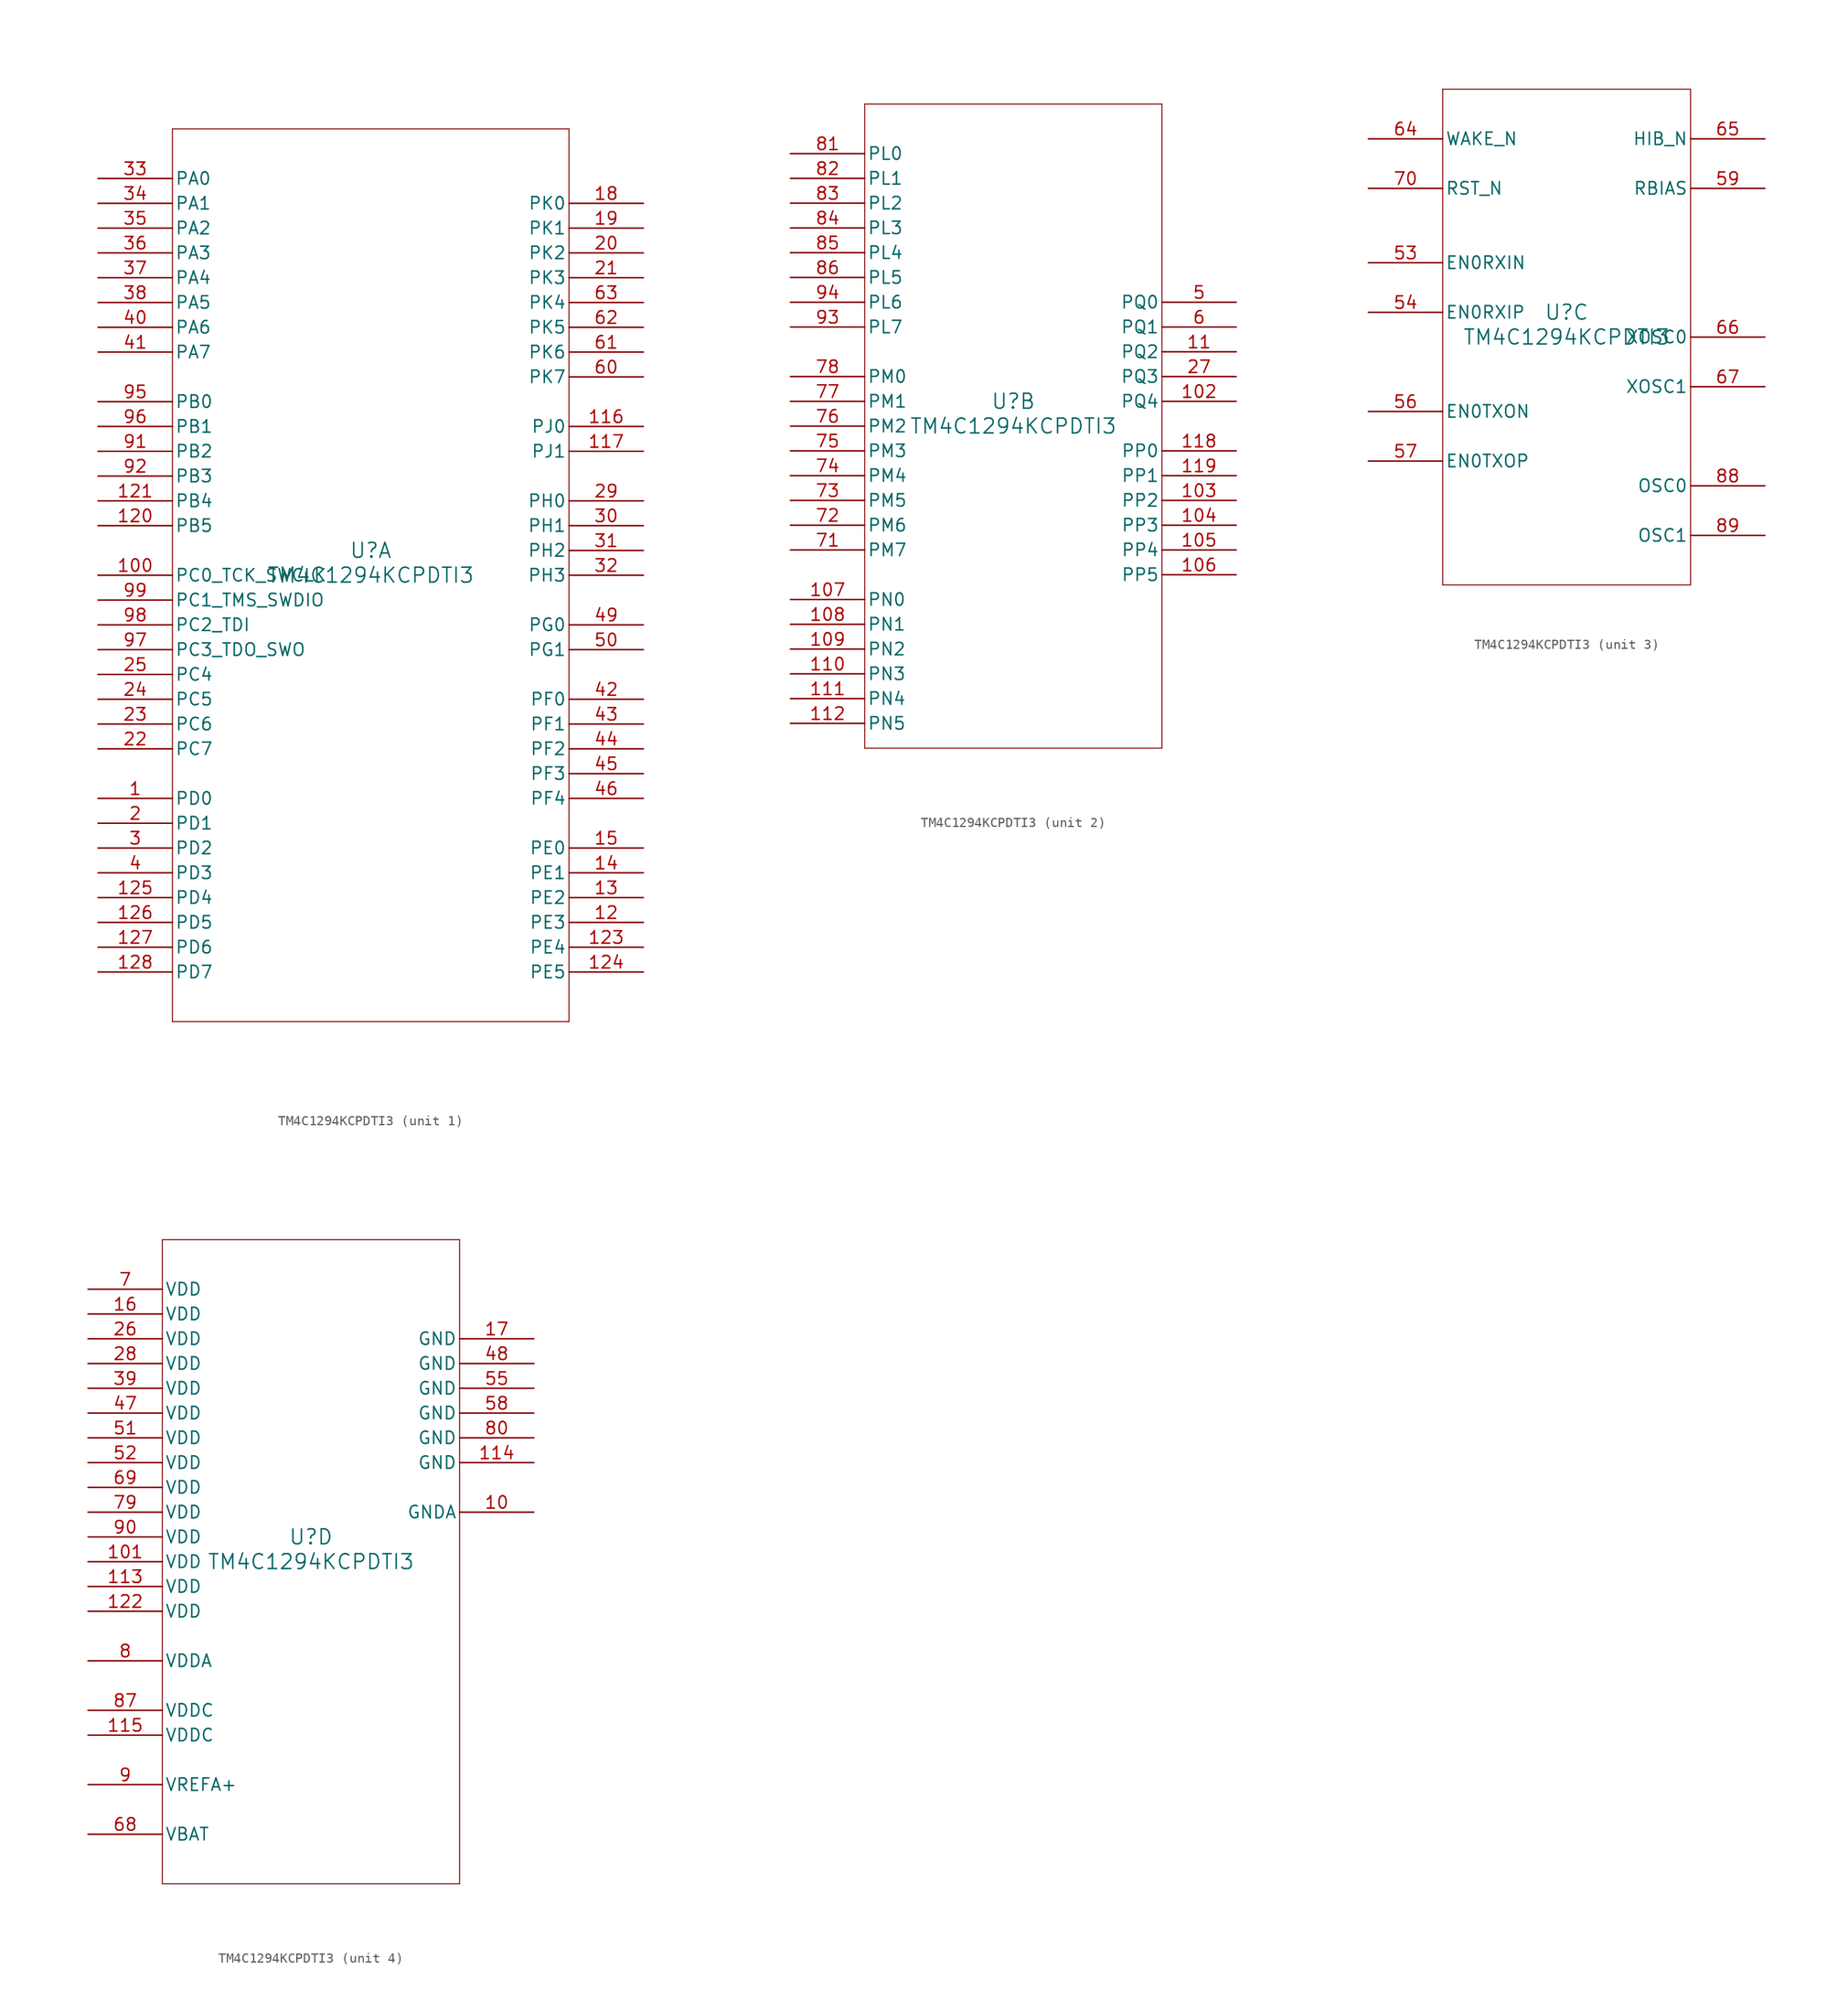
<source format=kicad_sym>
(kicad_symbol_lib
  (version 20241209)
  (generator "kicad_symbol_editor")
  (generator_version "9.0")
  (symbol "TM4C1294KCPDTI3"
    (pin_names
      (offset 0.254))
    (property "Reference" "U"
      (at 0 2.54 0)
      (effects (font (size 1.524 1.524))))
    (property "Value" "TM4C1294KCPDTI3"
      (at 0 0 0)
      (effects (font (size 1.524 1.524))))
    (property "ki_locked" ""
      (at 0 0 0)
      (effects (font (size 1.27 1.27))))
    (symbol "TM4C1294KCPDTI3_1_1"
      (polyline (pts (xy -20.32 45.72) (xy -20.32 -45.72)) (stroke (width 0.102) (type default)) (fill (type none)))
      (polyline (pts (xy -20.32 -45.72) (xy 20.32 -45.72)) (stroke (width 0.102) (type default)) (fill (type none)))
      (polyline (pts (xy 20.32 45.72) (xy -20.32 45.72)) (stroke (width 0.102) (type default)) (fill (type none)))
      (polyline (pts (xy 20.32 -45.72) (xy 20.32 45.72)) (stroke (width 0.102) (type default)) (fill (type none)))
      (pin bidirectional line (at -27.94 40.64 0) (length 7.62) (name "PA0" (effects (font (size 1.27 1.27)))) (number "33" (effects (font (size 1.27 1.27)))))
      (pin bidirectional line (at -27.94 38.1 0) (length 7.62) (name "PA1" (effects (font (size 1.27 1.27)))) (number "34" (effects (font (size 1.27 1.27)))))
      (pin bidirectional line (at -27.94 35.56 0) (length 7.62) (name "PA2" (effects (font (size 1.27 1.27)))) (number "35" (effects (font (size 1.27 1.27)))))
      (pin bidirectional line (at -27.94 33.02 0) (length 7.62) (name "PA3" (effects (font (size 1.27 1.27)))) (number "36" (effects (font (size 1.27 1.27)))))
      (pin bidirectional line (at -27.94 30.48 0) (length 7.62) (name "PA4" (effects (font (size 1.27 1.27)))) (number "37" (effects (font (size 1.27 1.27)))))
      (pin bidirectional line (at -27.94 27.94 0) (length 7.62) (name "PA5" (effects (font (size 1.27 1.27)))) (number "38" (effects (font (size 1.27 1.27)))))
      (pin bidirectional line (at -27.94 25.4 0) (length 7.62) (name "PA6" (effects (font (size 1.27 1.27)))) (number "40" (effects (font (size 1.27 1.27)))))
      (pin bidirectional line (at -27.94 22.86 0) (length 7.62) (name "PA7" (effects (font (size 1.27 1.27)))) (number "41" (effects (font (size 1.27 1.27)))))
      (pin bidirectional line (at -27.94 17.78 0) (length 7.62) (name "PB0" (effects (font (size 1.27 1.27)))) (number "95" (effects (font (size 1.27 1.27)))))
      (pin bidirectional line (at -27.94 15.24 0) (length 7.62) (name "PB1" (effects (font (size 1.27 1.27)))) (number "96" (effects (font (size 1.27 1.27)))))
      (pin bidirectional line (at -27.94 12.7 0) (length 7.62) (name "PB2" (effects (font (size 1.27 1.27)))) (number "91" (effects (font (size 1.27 1.27)))))
      (pin bidirectional line (at -27.94 10.16 0) (length 7.62) (name "PB3" (effects (font (size 1.27 1.27)))) (number "92" (effects (font (size 1.27 1.27)))))
      (pin bidirectional line (at -27.94 7.62 0) (length 7.62) (name "PB4" (effects (font (size 1.27 1.27)))) (number "121" (effects (font (size 1.27 1.27)))))
      (pin bidirectional line (at -27.94 5.08 0) (length 7.62) (name "PB5" (effects (font (size 1.27 1.27)))) (number "120" (effects (font (size 1.27 1.27)))))
      (pin bidirectional line (at -27.94 0 0) (length 7.62) (name "PC0_TCK_SWCLK" (effects (font (size 1.27 1.27)))) (number "100" (effects (font (size 1.27 1.27)))))
      (pin bidirectional line (at -27.94 -2.54 0) (length 7.62) (name "PC1_TMS_SWDIO" (effects (font (size 1.27 1.27)))) (number "99" (effects (font (size 1.27 1.27)))))
      (pin bidirectional line (at -27.94 -5.08 0) (length 7.62) (name "PC2_TDI" (effects (font (size 1.27 1.27)))) (number "98" (effects (font (size 1.27 1.27)))))
      (pin bidirectional line (at -27.94 -7.62 0) (length 7.62) (name "PC3_TDO_SWO" (effects (font (size 1.27 1.27)))) (number "97" (effects (font (size 1.27 1.27)))))
      (pin bidirectional line (at -27.94 -10.16 0) (length 7.62) (name "PC4" (effects (font (size 1.27 1.27)))) (number "25" (effects (font (size 1.27 1.27)))))
      (pin bidirectional line (at -27.94 -12.7 0) (length 7.62) (name "PC5" (effects (font (size 1.27 1.27)))) (number "24" (effects (font (size 1.27 1.27)))))
      (pin bidirectional line (at -27.94 -15.24 0) (length 7.62) (name "PC6" (effects (font (size 1.27 1.27)))) (number "23" (effects (font (size 1.27 1.27)))))
      (pin bidirectional line (at -27.94 -17.78 0) (length 7.62) (name "PC7" (effects (font (size 1.27 1.27)))) (number "22" (effects (font (size 1.27 1.27)))))
      (pin bidirectional line (at -27.94 -22.86 0) (length 7.62) (name "PD0" (effects (font (size 1.27 1.27)))) (number "1" (effects (font (size 1.27 1.27)))))
      (pin bidirectional line (at -27.94 -25.4 0) (length 7.62) (name "PD1" (effects (font (size 1.27 1.27)))) (number "2" (effects (font (size 1.27 1.27)))))
      (pin bidirectional line (at -27.94 -27.94 0) (length 7.62) (name "PD2" (effects (font (size 1.27 1.27)))) (number "3" (effects (font (size 1.27 1.27)))))
      (pin bidirectional line (at -27.94 -30.48 0) (length 7.62) (name "PD3" (effects (font (size 1.27 1.27)))) (number "4" (effects (font (size 1.27 1.27)))))
      (pin bidirectional line (at -27.94 -33.02 0) (length 7.62) (name "PD4" (effects (font (size 1.27 1.27)))) (number "125" (effects (font (size 1.27 1.27)))))
      (pin bidirectional line (at -27.94 -35.56 0) (length 7.62) (name "PD5" (effects (font (size 1.27 1.27)))) (number "126" (effects (font (size 1.27 1.27)))))
      (pin bidirectional line (at -27.94 -38.1 0) (length 7.62) (name "PD6" (effects (font (size 1.27 1.27)))) (number "127" (effects (font (size 1.27 1.27)))))
      (pin bidirectional line (at -27.94 -40.64 0) (length 7.62) (name "PD7" (effects (font (size 1.27 1.27)))) (number "128" (effects (font (size 1.27 1.27)))))
      (pin bidirectional line (at 27.94 38.1 180) (length 7.62) (name "PK0" (effects (font (size 1.27 1.27)))) (number "18" (effects (font (size 1.27 1.27)))))
      (pin bidirectional line (at 27.94 35.56 180) (length 7.62) (name "PK1" (effects (font (size 1.27 1.27)))) (number "19" (effects (font (size 1.27 1.27)))))
      (pin bidirectional line (at 27.94 33.02 180) (length 7.62) (name "PK2" (effects (font (size 1.27 1.27)))) (number "20" (effects (font (size 1.27 1.27)))))
      (pin bidirectional line (at 27.94 30.48 180) (length 7.62) (name "PK3" (effects (font (size 1.27 1.27)))) (number "21" (effects (font (size 1.27 1.27)))))
      (pin bidirectional line (at 27.94 27.94 180) (length 7.62) (name "PK4" (effects (font (size 1.27 1.27)))) (number "63" (effects (font (size 1.27 1.27)))))
      (pin bidirectional line (at 27.94 25.4 180) (length 7.62) (name "PK5" (effects (font (size 1.27 1.27)))) (number "62" (effects (font (size 1.27 1.27)))))
      (pin bidirectional line (at 27.94 22.86 180) (length 7.62) (name "PK6" (effects (font (size 1.27 1.27)))) (number "61" (effects (font (size 1.27 1.27)))))
      (pin bidirectional line (at 27.94 20.32 180) (length 7.62) (name "PK7" (effects (font (size 1.27 1.27)))) (number "60" (effects (font (size 1.27 1.27)))))
      (pin bidirectional line (at 27.94 15.24 180) (length 7.62) (name "PJ0" (effects (font (size 1.27 1.27)))) (number "116" (effects (font (size 1.27 1.27)))))
      (pin bidirectional line (at 27.94 12.7 180) (length 7.62) (name "PJ1" (effects (font (size 1.27 1.27)))) (number "117" (effects (font (size 1.27 1.27)))))
      (pin bidirectional line (at 27.94 7.62 180) (length 7.62) (name "PH0" (effects (font (size 1.27 1.27)))) (number "29" (effects (font (size 1.27 1.27)))))
      (pin bidirectional line (at 27.94 5.08 180) (length 7.62) (name "PH1" (effects (font (size 1.27 1.27)))) (number "30" (effects (font (size 1.27 1.27)))))
      (pin bidirectional line (at 27.94 2.54 180) (length 7.62) (name "PH2" (effects (font (size 1.27 1.27)))) (number "31" (effects (font (size 1.27 1.27)))))
      (pin bidirectional line (at 27.94 0 180) (length 7.62) (name "PH3" (effects (font (size 1.27 1.27)))) (number "32" (effects (font (size 1.27 1.27)))))
      (pin bidirectional line (at 27.94 -5.08 180) (length 7.62) (name "PG0" (effects (font (size 1.27 1.27)))) (number "49" (effects (font (size 1.27 1.27)))))
      (pin bidirectional line (at 27.94 -7.62 180) (length 7.62) (name "PG1" (effects (font (size 1.27 1.27)))) (number "50" (effects (font (size 1.27 1.27)))))
      (pin bidirectional line (at 27.94 -12.7 180) (length 7.62) (name "PF0" (effects (font (size 1.27 1.27)))) (number "42" (effects (font (size 1.27 1.27)))))
      (pin bidirectional line (at 27.94 -15.24 180) (length 7.62) (name "PF1" (effects (font (size 1.27 1.27)))) (number "43" (effects (font (size 1.27 1.27)))))
      (pin bidirectional line (at 27.94 -17.78 180) (length 7.62) (name "PF2" (effects (font (size 1.27 1.27)))) (number "44" (effects (font (size 1.27 1.27)))))
      (pin bidirectional line (at 27.94 -20.32 180) (length 7.62) (name "PF3" (effects (font (size 1.27 1.27)))) (number "45" (effects (font (size 1.27 1.27)))))
      (pin bidirectional line (at 27.94 -22.86 180) (length 7.62) (name "PF4" (effects (font (size 1.27 1.27)))) (number "46" (effects (font (size 1.27 1.27)))))
      (pin bidirectional line (at 27.94 -27.94 180) (length 7.62) (name "PE0" (effects (font (size 1.27 1.27)))) (number "15" (effects (font (size 1.27 1.27)))))
      (pin bidirectional line (at 27.94 -30.48 180) (length 7.62) (name "PE1" (effects (font (size 1.27 1.27)))) (number "14" (effects (font (size 1.27 1.27)))))
      (pin bidirectional line (at 27.94 -33.02 180) (length 7.62) (name "PE2" (effects (font (size 1.27 1.27)))) (number "13" (effects (font (size 1.27 1.27)))))
      (pin bidirectional line (at 27.94 -35.56 180) (length 7.62) (name "PE3" (effects (font (size 1.27 1.27)))) (number "12" (effects (font (size 1.27 1.27)))))
      (pin bidirectional line (at 27.94 -38.1 180) (length 7.62) (name "PE4" (effects (font (size 1.27 1.27)))) (number "123" (effects (font (size 1.27 1.27)))))
      (pin bidirectional line (at 27.94 -40.64 180) (length 7.62) (name "PE5" (effects (font (size 1.27 1.27)))) (number "124" (effects (font (size 1.27 1.27))))))
    (symbol "TM4C1294KCPDTI3_2_1"
      (polyline (pts (xy -15.24 33.02) (xy -15.24 -33.02)) (stroke (width 0.102) (type default)) (fill (type none)))
      (polyline (pts (xy -15.24 -33.02) (xy 15.24 -33.02)) (stroke (width 0.102) (type default)) (fill (type none)))
      (polyline (pts (xy 15.24 33.02) (xy -15.24 33.02)) (stroke (width 0.102) (type default)) (fill (type none)))
      (polyline (pts (xy 15.24 -33.02) (xy 15.24 33.02)) (stroke (width 0.102) (type default)) (fill (type none)))
      (pin bidirectional line (at -22.86 27.94 0) (length 7.62) (name "PL0" (effects (font (size 1.27 1.27)))) (number "81" (effects (font (size 1.27 1.27)))))
      (pin bidirectional line (at -22.86 25.4 0) (length 7.62) (name "PL1" (effects (font (size 1.27 1.27)))) (number "82" (effects (font (size 1.27 1.27)))))
      (pin bidirectional line (at -22.86 22.86 0) (length 7.62) (name "PL2" (effects (font (size 1.27 1.27)))) (number "83" (effects (font (size 1.27 1.27)))))
      (pin bidirectional line (at -22.86 20.32 0) (length 7.62) (name "PL3" (effects (font (size 1.27 1.27)))) (number "84" (effects (font (size 1.27 1.27)))))
      (pin bidirectional line (at -22.86 17.78 0) (length 7.62) (name "PL4" (effects (font (size 1.27 1.27)))) (number "85" (effects (font (size 1.27 1.27)))))
      (pin bidirectional line (at -22.86 15.24 0) (length 7.62) (name "PL5" (effects (font (size 1.27 1.27)))) (number "86" (effects (font (size 1.27 1.27)))))
      (pin bidirectional line (at -22.86 12.7 0) (length 7.62) (name "PL6" (effects (font (size 1.27 1.27)))) (number "94" (effects (font (size 1.27 1.27)))))
      (pin bidirectional line (at -22.86 10.16 0) (length 7.62) (name "PL7" (effects (font (size 1.27 1.27)))) (number "93" (effects (font (size 1.27 1.27)))))
      (pin bidirectional line (at -22.86 5.08 0) (length 7.62) (name "PM0" (effects (font (size 1.27 1.27)))) (number "78" (effects (font (size 1.27 1.27)))))
      (pin bidirectional line (at -22.86 2.54 0) (length 7.62) (name "PM1" (effects (font (size 1.27 1.27)))) (number "77" (effects (font (size 1.27 1.27)))))
      (pin bidirectional line (at -22.86 0 0) (length 7.62) (name "PM2" (effects (font (size 1.27 1.27)))) (number "76" (effects (font (size 1.27 1.27)))))
      (pin bidirectional line (at -22.86 -2.54 0) (length 7.62) (name "PM3" (effects (font (size 1.27 1.27)))) (number "75" (effects (font (size 1.27 1.27)))))
      (pin bidirectional line (at -22.86 -5.08 0) (length 7.62) (name "PM4" (effects (font (size 1.27 1.27)))) (number "74" (effects (font (size 1.27 1.27)))))
      (pin bidirectional line (at -22.86 -7.62 0) (length 7.62) (name "PM5" (effects (font (size 1.27 1.27)))) (number "73" (effects (font (size 1.27 1.27)))))
      (pin bidirectional line (at -22.86 -10.16 0) (length 7.62) (name "PM6" (effects (font (size 1.27 1.27)))) (number "72" (effects (font (size 1.27 1.27)))))
      (pin bidirectional line (at -22.86 -12.7 0) (length 7.62) (name "PM7" (effects (font (size 1.27 1.27)))) (number "71" (effects (font (size 1.27 1.27)))))
      (pin bidirectional line (at -22.86 -17.78 0) (length 7.62) (name "PN0" (effects (font (size 1.27 1.27)))) (number "107" (effects (font (size 1.27 1.27)))))
      (pin bidirectional line (at -22.86 -20.32 0) (length 7.62) (name "PN1" (effects (font (size 1.27 1.27)))) (number "108" (effects (font (size 1.27 1.27)))))
      (pin bidirectional line (at -22.86 -22.86 0) (length 7.62) (name "PN2" (effects (font (size 1.27 1.27)))) (number "109" (effects (font (size 1.27 1.27)))))
      (pin bidirectional line (at -22.86 -25.4 0) (length 7.62) (name "PN3" (effects (font (size 1.27 1.27)))) (number "110" (effects (font (size 1.27 1.27)))))
      (pin bidirectional line (at -22.86 -27.94 0) (length 7.62) (name "PN4" (effects (font (size 1.27 1.27)))) (number "111" (effects (font (size 1.27 1.27)))))
      (pin bidirectional line (at -22.86 -30.48 0) (length 7.62) (name "PN5" (effects (font (size 1.27 1.27)))) (number "112" (effects (font (size 1.27 1.27)))))
      (pin bidirectional line (at 22.86 12.7 180) (length 7.62) (name "PQ0" (effects (font (size 1.27 1.27)))) (number "5" (effects (font (size 1.27 1.27)))))
      (pin bidirectional line (at 22.86 10.16 180) (length 7.62) (name "PQ1" (effects (font (size 1.27 1.27)))) (number "6" (effects (font (size 1.27 1.27)))))
      (pin bidirectional line (at 22.86 7.62 180) (length 7.62) (name "PQ2" (effects (font (size 1.27 1.27)))) (number "11" (effects (font (size 1.27 1.27)))))
      (pin bidirectional line (at 22.86 5.08 180) (length 7.62) (name "PQ3" (effects (font (size 1.27 1.27)))) (number "27" (effects (font (size 1.27 1.27)))))
      (pin bidirectional line (at 22.86 2.54 180) (length 7.62) (name "PQ4" (effects (font (size 1.27 1.27)))) (number "102" (effects (font (size 1.27 1.27)))))
      (pin bidirectional line (at 22.86 -2.54 180) (length 7.62) (name "PP0" (effects (font (size 1.27 1.27)))) (number "118" (effects (font (size 1.27 1.27)))))
      (pin bidirectional line (at 22.86 -5.08 180) (length 7.62) (name "PP1" (effects (font (size 1.27 1.27)))) (number "119" (effects (font (size 1.27 1.27)))))
      (pin bidirectional line (at 22.86 -7.62 180) (length 7.62) (name "PP2" (effects (font (size 1.27 1.27)))) (number "103" (effects (font (size 1.27 1.27)))))
      (pin bidirectional line (at 22.86 -10.16 180) (length 7.62) (name "PP3" (effects (font (size 1.27 1.27)))) (number "104" (effects (font (size 1.27 1.27)))))
      (pin bidirectional line (at 22.86 -12.7 180) (length 7.62) (name "PP4" (effects (font (size 1.27 1.27)))) (number "105" (effects (font (size 1.27 1.27)))))
      (pin bidirectional line (at 22.86 -15.24 180) (length 7.62) (name "PP5" (effects (font (size 1.27 1.27)))) (number "106" (effects (font (size 1.27 1.27))))))
    (symbol "TM4C1294KCPDTI3_3_1"
      (polyline (pts (xy -12.7 25.4) (xy -12.7 -25.4)) (stroke (width 0.102) (type default)) (fill (type none)))
      (polyline (pts (xy -12.7 -25.4) (xy 12.7 -25.4)) (stroke (width 0.102) (type default)) (fill (type none)))
      (polyline (pts (xy 12.7 25.4) (xy -12.7 25.4)) (stroke (width 0.102) (type default)) (fill (type none)))
      (polyline (pts (xy 12.7 -25.4) (xy 12.7 25.4)) (stroke (width 0.102) (type default)) (fill (type none)))
      (pin input line (at -20.32 20.32 0) (length 7.62) (name "WAKE_N" (effects (font (size 1.27 1.27)))) (number "64" (effects (font (size 1.27 1.27)))))
      (pin input line (at -20.32 15.24 0) (length 7.62) (name "RST_N" (effects (font (size 1.27 1.27)))) (number "70" (effects (font (size 1.27 1.27)))))
      (pin bidirectional line (at -20.32 7.62 0) (length 7.62) (name "EN0RXIN" (effects (font (size 1.27 1.27)))) (number "53" (effects (font (size 1.27 1.27)))))
      (pin bidirectional line (at -20.32 2.54 0) (length 7.62) (name "EN0RXIP" (effects (font (size 1.27 1.27)))) (number "54" (effects (font (size 1.27 1.27)))))
      (pin bidirectional line (at -20.32 -7.62 0) (length 7.62) (name "EN0TXON" (effects (font (size 1.27 1.27)))) (number "56" (effects (font (size 1.27 1.27)))))
      (pin bidirectional line (at -20.32 -12.7 0) (length 7.62) (name "EN0TXOP" (effects (font (size 1.27 1.27)))) (number "57" (effects (font (size 1.27 1.27)))))
      (pin output line (at 20.32 20.32 180) (length 7.62) (name "HIB_N" (effects (font (size 1.27 1.27)))) (number "65" (effects (font (size 1.27 1.27)))))
      (pin output line (at 20.32 15.24 180) (length 7.62) (name "RBIAS" (effects (font (size 1.27 1.27)))) (number "59" (effects (font (size 1.27 1.27)))))
      (pin input line (at 20.32 0 180) (length 7.62) (name "XOSC0" (effects (font (size 1.27 1.27)))) (number "66" (effects (font (size 1.27 1.27)))))
      (pin output line (at 20.32 -5.08 180) (length 7.62) (name "XOSC1" (effects (font (size 1.27 1.27)))) (number "67" (effects (font (size 1.27 1.27)))))
      (pin input line (at 20.32 -15.24 180) (length 7.62) (name "OSC0" (effects (font (size 1.27 1.27)))) (number "88" (effects (font (size 1.27 1.27)))))
      (pin output line (at 20.32 -20.32 180) (length 7.62) (name "OSC1" (effects (font (size 1.27 1.27)))) (number "89" (effects (font (size 1.27 1.27))))))
    (symbol "TM4C1294KCPDTI3_4_1"
      (polyline (pts (xy -15.24 33.02) (xy -15.24 -33.02)) (stroke (width 0.102) (type default)) (fill (type none)))
      (polyline (pts (xy -15.24 -33.02) (xy 15.24 -33.02)) (stroke (width 0.102) (type default)) (fill (type none)))
      (polyline (pts (xy 15.24 33.02) (xy -15.24 33.02)) (stroke (width 0.102) (type default)) (fill (type none)))
      (polyline (pts (xy 15.24 -33.02) (xy 15.24 33.02)) (stroke (width 0.102) (type default)) (fill (type none)))
      (pin power_in line (at -22.86 27.94 0) (length 7.62) (name "VDD" (effects (font (size 1.27 1.27)))) (number "7" (effects (font (size 1.27 1.27)))))
      (pin power_in line (at -22.86 25.4 0) (length 7.62) (name "VDD" (effects (font (size 1.27 1.27)))) (number "16" (effects (font (size 1.27 1.27)))))
      (pin power_in line (at -22.86 22.86 0) (length 7.62) (name "VDD" (effects (font (size 1.27 1.27)))) (number "26" (effects (font (size 1.27 1.27)))))
      (pin power_in line (at -22.86 20.32 0) (length 7.62) (name "VDD" (effects (font (size 1.27 1.27)))) (number "28" (effects (font (size 1.27 1.27)))))
      (pin power_in line (at -22.86 17.78 0) (length 7.62) (name "VDD" (effects (font (size 1.27 1.27)))) (number "39" (effects (font (size 1.27 1.27)))))
      (pin power_in line (at -22.86 15.24 0) (length 7.62) (name "VDD" (effects (font (size 1.27 1.27)))) (number "47" (effects (font (size 1.27 1.27)))))
      (pin power_in line (at -22.86 12.7 0) (length 7.62) (name "VDD" (effects (font (size 1.27 1.27)))) (number "51" (effects (font (size 1.27 1.27)))))
      (pin power_in line (at -22.86 10.16 0) (length 7.62) (name "VDD" (effects (font (size 1.27 1.27)))) (number "52" (effects (font (size 1.27 1.27)))))
      (pin power_in line (at -22.86 7.62 0) (length 7.62) (name "VDD" (effects (font (size 1.27 1.27)))) (number "69" (effects (font (size 1.27 1.27)))))
      (pin power_in line (at -22.86 5.08 0) (length 7.62) (name "VDD" (effects (font (size 1.27 1.27)))) (number "79" (effects (font (size 1.27 1.27)))))
      (pin power_in line (at -22.86 2.54 0) (length 7.62) (name "VDD" (effects (font (size 1.27 1.27)))) (number "90" (effects (font (size 1.27 1.27)))))
      (pin power_in line (at -22.86 0 0) (length 7.62) (name "VDD" (effects (font (size 1.27 1.27)))) (number "101" (effects (font (size 1.27 1.27)))))
      (pin power_in line (at -22.86 -2.54 0) (length 7.62) (name "VDD" (effects (font (size 1.27 1.27)))) (number "113" (effects (font (size 1.27 1.27)))))
      (pin power_in line (at -22.86 -5.08 0) (length 7.62) (name "VDD" (effects (font (size 1.27 1.27)))) (number "122" (effects (font (size 1.27 1.27)))))
      (pin power_in line (at -22.86 -10.16 0) (length 7.62) (name "VDDA" (effects (font (size 1.27 1.27)))) (number "8" (effects (font (size 1.27 1.27)))))
      (pin power_in line (at -22.86 -15.24 0) (length 7.62) (name "VDDC" (effects (font (size 1.27 1.27)))) (number "87" (effects (font (size 1.27 1.27)))))
      (pin power_in line (at -22.86 -17.78 0) (length 7.62) (name "VDDC" (effects (font (size 1.27 1.27)))) (number "115" (effects (font (size 1.27 1.27)))))
      (pin power_in line (at -22.86 -22.86 0) (length 7.62) (name "VREFA+" (effects (font (size 1.27 1.27)))) (number "9" (effects (font (size 1.27 1.27)))))
      (pin power_in line (at -22.86 -27.94 0) (length 7.62) (name "VBAT" (effects (font (size 1.27 1.27)))) (number "68" (effects (font (size 1.27 1.27)))))
      (pin power_in line (at 22.86 22.86 180) (length 7.62) (name "GND" (effects (font (size 1.27 1.27)))) (number "17" (effects (font (size 1.27 1.27)))))
      (pin power_in line (at 22.86 20.32 180) (length 7.62) (name "GND" (effects (font (size 1.27 1.27)))) (number "48" (effects (font (size 1.27 1.27)))))
      (pin power_in line (at 22.86 17.78 180) (length 7.62) (name "GND" (effects (font (size 1.27 1.27)))) (number "55" (effects (font (size 1.27 1.27)))))
      (pin power_in line (at 22.86 15.24 180) (length 7.62) (name "GND" (effects (font (size 1.27 1.27)))) (number "58" (effects (font (size 1.27 1.27)))))
      (pin power_in line (at 22.86 12.7 180) (length 7.62) (name "GND" (effects (font (size 1.27 1.27)))) (number "80" (effects (font (size 1.27 1.27)))))
      (pin power_in line (at 22.86 10.16 180) (length 7.62) (name "GND" (effects (font (size 1.27 1.27)))) (number "114" (effects (font (size 1.27 1.27)))))
      (pin power_in line (at 22.86 5.08 180) (length 7.62) (name "GNDA" (effects (font (size 1.27 1.27)))) (number "10" (effects (font (size 1.27 1.27))))))))
</source>
